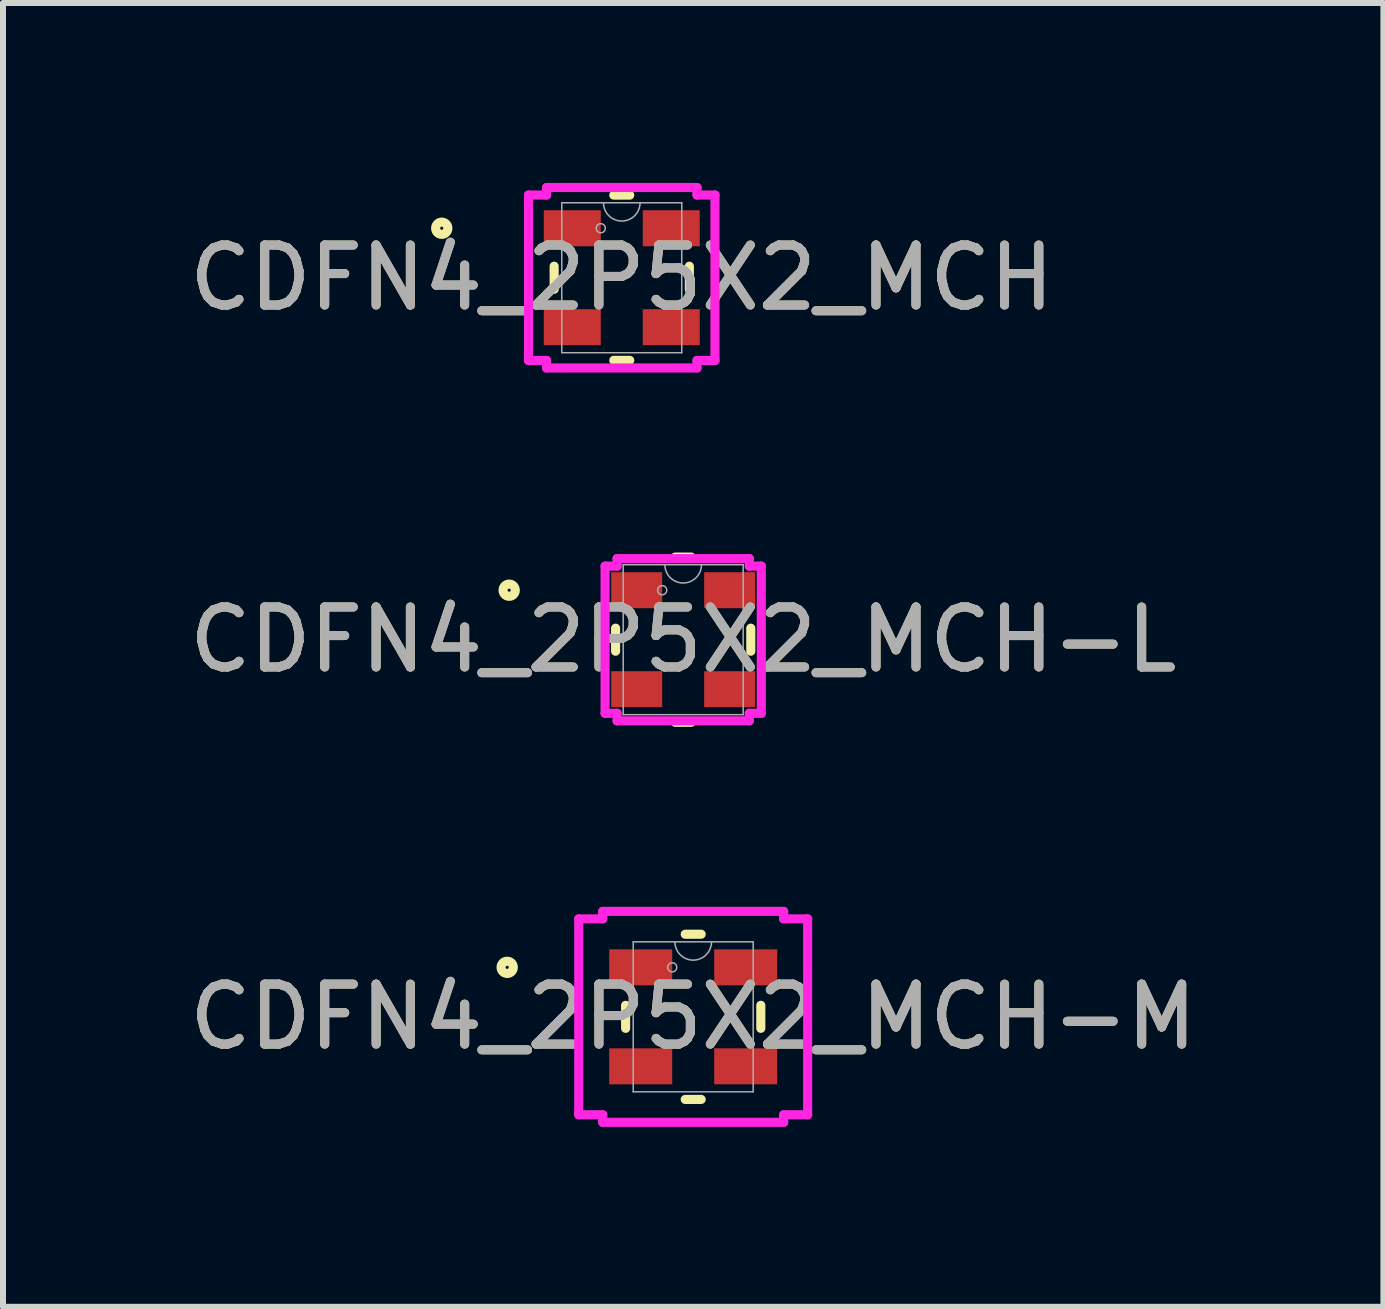
<source format=kicad_pcb>
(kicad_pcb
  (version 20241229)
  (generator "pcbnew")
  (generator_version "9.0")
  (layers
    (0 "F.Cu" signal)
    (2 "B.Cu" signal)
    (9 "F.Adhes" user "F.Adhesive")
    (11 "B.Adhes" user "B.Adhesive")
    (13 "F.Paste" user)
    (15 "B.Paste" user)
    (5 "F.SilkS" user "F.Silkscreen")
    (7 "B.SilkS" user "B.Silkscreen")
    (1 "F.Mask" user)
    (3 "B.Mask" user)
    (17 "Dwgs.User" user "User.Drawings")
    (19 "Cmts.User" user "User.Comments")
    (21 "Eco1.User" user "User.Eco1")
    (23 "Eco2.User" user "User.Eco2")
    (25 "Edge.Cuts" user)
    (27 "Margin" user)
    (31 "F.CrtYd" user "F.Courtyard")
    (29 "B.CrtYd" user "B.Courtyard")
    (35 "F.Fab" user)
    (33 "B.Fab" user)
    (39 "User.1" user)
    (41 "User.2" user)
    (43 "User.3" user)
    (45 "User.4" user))
  (footprint "CDFN4_2P5X2_MCH-L"
    (layer "F.Cu")
    (at 8.339 7.614)
    (property "Reference" "CDFN4_2P5X2_MCH-L" (at 0 0 0) (unlocked yes) (layer "F.SilkS") (effects (font (size 1 1) (thickness 0.15))))
    (attr smd)
    (fp_line (start -1.127 -0.192) (end -1.127 0.192) (stroke (width 0.152) (type solid)) (layer "F.SilkS"))
    (fp_line (start -0.133 1.377) (end 0.133 1.377) (stroke (width 0.152) (type solid)) (layer "F.SilkS"))
    (fp_line (start 0.133 -1.377) (end -0.133 -1.377) (stroke (width 0.152) (type solid)) (layer "F.SilkS"))
    (fp_line (start 1.127 0.192) (end 1.127 -0.192) (stroke (width 0.152) (type solid)) (layer "F.SilkS"))
    (fp_circle (center -2.901 -0.825) (end -2.799 -0.825) (stroke (width 0.152) (type solid)) (fill no) (layer "F.SilkS"))
    (fp_line (start -1.302 -1.227) (end -1.102 -1.227) (stroke (width 0.152) (type solid)) (layer "F.CrtYd"))
    (fp_line (start -1.302 1.227) (end -1.302 -1.227) (stroke (width 0.152) (type solid)) (layer "F.CrtYd"))
    (fp_line (start -1.302 1.227) (end -1.102 1.227) (stroke (width 0.152) (type solid)) (layer "F.CrtYd"))
    (fp_line (start -1.102 -1.352) (end 1.102 -1.352) (stroke (width 0.152) (type solid)) (layer "F.CrtYd"))
    (fp_line (start -1.102 -1.227) (end -1.102 -1.352) (stroke (width 0.152) (type solid)) (layer "F.CrtYd"))
    (fp_line (start -1.102 1.352) (end -1.102 1.227) (stroke (width 0.152) (type solid)) (layer "F.CrtYd"))
    (fp_line (start 1.102 -1.352) (end 1.102 -1.227) (stroke (width 0.152) (type solid)) (layer "F.CrtYd"))
    (fp_line (start 1.102 1.227) (end 1.102 1.352) (stroke (width 0.152) (type solid)) (layer "F.CrtYd"))
    (fp_line (start 1.102 1.352) (end -1.102 1.352) (stroke (width 0.152) (type solid)) (layer "F.CrtYd"))
    (fp_line (start 1.302 -1.227) (end 1.102 -1.227) (stroke (width 0.152) (type solid)) (layer "F.CrtYd"))
    (fp_line (start 1.302 -1.227) (end 1.302 1.227) (stroke (width 0.152) (type solid)) (layer "F.CrtYd"))
    (fp_line (start 1.302 1.227) (end 1.102 1.227) (stroke (width 0.152) (type solid)) (layer "F.CrtYd"))
    (fp_line (start -1 -1.25) (end -1 1.25) (stroke (width 0.025) (type solid)) (layer "F.Fab"))
    (fp_line (start -1 1.25) (end 1 1.25) (stroke (width 0.025) (type solid)) (layer "F.Fab"))
    (fp_line (start 1 -1.25) (end -1 -1.25) (stroke (width 0.025) (type solid)) (layer "F.Fab"))
    (fp_line (start 1 1.25) (end 1 -1.25) (stroke (width 0.025) (type solid)) (layer "F.Fab"))
    (fp_arc (start 0.3048 -1.25) (mid 0 -0.9452) (end -0.3048 -1.25) (stroke (width 0.0254) (type solid)) (layer "F.Fab"))
    (fp_circle (center -0.35 -0.825) (end -0.274 -0.825) (stroke (width 0.025) (type solid)) (fill no) (layer "F.Fab"))
    (fp_text user "${REFERENCE}" (at 0 0 0) (unlocked yes) (layer "F.Fab") (effects (font (size 1 1) (thickness 0.15))))
    (pad "1" smd rect (at -0.775 -0.825) (size 0.85 0.6) (layers "F.Cu" "F.Mask" "F.Paste"))
    (pad "2" smd rect (at -0.775 0.825) (size 0.85 0.6) (layers "F.Cu" "F.Mask" "F.Paste"))
    (pad "3" smd rect (at 0.775 0.825) (size 0.85 0.6) (layers "F.Cu" "F.Mask" "F.Paste"))
    (pad "4" smd rect (at 0.775 -0.825) (size 0.85 0.6) (layers "F.Cu" "F.Mask" "F.Paste")))
  (footprint "CDFN4_2P5X2_MCH-M"
    (layer "F.Cu")
    (at 8.506 13.901)
    (property "Reference" "CDFN4_2P5X2_MCH-M" (at 0 0 0) (unlocked yes) (layer "F.SilkS") (effects (font (size 1 1) (thickness 0.15))))
    (attr smd)
    (fp_line (start -1.127 -0.192) (end -1.127 0.192) (stroke (width 0.152) (type solid)) (layer "F.SilkS"))
    (fp_line (start -0.133 1.377) (end 0.133 1.377) (stroke (width 0.152) (type solid)) (layer "F.SilkS"))
    (fp_line (start 0.133 -1.377) (end -0.133 -1.377) (stroke (width 0.152) (type solid)) (layer "F.SilkS"))
    (fp_line (start 1.127 0.192) (end 1.127 -0.192) (stroke (width 0.152) (type solid)) (layer "F.SilkS"))
    (fp_circle (center -3.101 -0.825) (end -2.999 -0.825) (stroke (width 0.152) (type solid)) (fill no) (layer "F.SilkS"))
    (fp_line (start -1.908 -1.633) (end -1.508 -1.633) (stroke (width 0.152) (type solid)) (layer "F.CrtYd"))
    (fp_line (start -1.908 1.633) (end -1.908 -1.633) (stroke (width 0.152) (type solid)) (layer "F.CrtYd"))
    (fp_line (start -1.908 1.633) (end -1.508 1.633) (stroke (width 0.152) (type solid)) (layer "F.CrtYd"))
    (fp_line (start -1.508 -1.758) (end 1.508 -1.758) (stroke (width 0.152) (type solid)) (layer "F.CrtYd"))
    (fp_line (start -1.508 -1.633) (end -1.508 -1.758) (stroke (width 0.152) (type solid)) (layer "F.CrtYd"))
    (fp_line (start -1.508 1.758) (end -1.508 1.633) (stroke (width 0.152) (type solid)) (layer "F.CrtYd"))
    (fp_line (start 1.508 -1.758) (end 1.508 -1.633) (stroke (width 0.152) (type solid)) (layer "F.CrtYd"))
    (fp_line (start 1.508 1.633) (end 1.508 1.758) (stroke (width 0.152) (type solid)) (layer "F.CrtYd"))
    (fp_line (start 1.508 1.758) (end -1.508 1.758) (stroke (width 0.152) (type solid)) (layer "F.CrtYd"))
    (fp_line (start 1.908 -1.633) (end 1.508 -1.633) (stroke (width 0.152) (type solid)) (layer "F.CrtYd"))
    (fp_line (start 1.908 -1.633) (end 1.908 1.633) (stroke (width 0.152) (type solid)) (layer "F.CrtYd"))
    (fp_line (start 1.908 1.633) (end 1.508 1.633) (stroke (width 0.152) (type solid)) (layer "F.CrtYd"))
    (fp_line (start -1 -1.25) (end -1 1.25) (stroke (width 0.025) (type solid)) (layer "F.Fab"))
    (fp_line (start -1 1.25) (end 1 1.25) (stroke (width 0.025) (type solid)) (layer "F.Fab"))
    (fp_line (start 1 -1.25) (end -1 -1.25) (stroke (width 0.025) (type solid)) (layer "F.Fab"))
    (fp_line (start 1 1.25) (end 1 -1.25) (stroke (width 0.025) (type solid)) (layer "F.Fab"))
    (fp_arc (start 0.3048 -1.25) (mid 0 -0.9452) (end -0.3048 -1.25) (stroke (width 0.0254) (type solid)) (layer "F.Fab"))
    (fp_circle (center -0.35 -0.825) (end -0.274 -0.825) (stroke (width 0.025) (type solid)) (fill no) (layer "F.Fab"))
    (fp_text user "${REFERENCE}" (at 0 0 0) (unlocked yes) (layer "F.Fab") (effects (font (size 1 1) (thickness 0.15))))
    (pad "1" smd rect (at -0.875 -0.825) (size 1.05 0.6) (layers "F.Cu" "F.Mask" "F.Paste"))
    (pad "2" smd rect (at -0.875 0.825) (size 1.05 0.6) (layers "F.Cu" "F.Mask" "F.Paste"))
    (pad "3" smd rect (at 0.875 0.825) (size 1.05 0.6) (layers "F.Cu" "F.Mask" "F.Paste"))
    (pad "4" smd rect (at 0.875 -0.825) (size 1.05 0.6) (layers "F.Cu" "F.Mask" "F.Paste")))
  (footprint "CDFN4_2P5X2_MCH"
    (layer "F.Cu")
    (at 7.315 1.58)
    (property "Reference" "CDFN4_2P5X2_MCH" (at 0 0 0) (unlocked yes) (layer "F.SilkS") (effects (font (size 1 1) (thickness 0.15))))
    (attr smd)
    (fp_line (start -1.127 -0.192) (end -1.127 0.192) (stroke (width 0.152) (type solid)) (layer "F.SilkS"))
    (fp_line (start -0.133 1.377) (end 0.133 1.377) (stroke (width 0.152) (type solid)) (layer "F.SilkS"))
    (fp_line (start 0.133 -1.377) (end -0.133 -1.377) (stroke (width 0.152) (type solid)) (layer "F.SilkS"))
    (fp_line (start 1.127 0.192) (end 1.127 -0.192) (stroke (width 0.152) (type solid)) (layer "F.SilkS"))
    (fp_circle (center -3.001 -0.825) (end -2.899 -0.825) (stroke (width 0.152) (type solid)) (fill no) (layer "F.SilkS"))
    (fp_line (start -1.554 -1.379) (end -1.254 -1.379) (stroke (width 0.152) (type solid)) (layer "F.CrtYd"))
    (fp_line (start -1.554 1.379) (end -1.554 -1.379) (stroke (width 0.152) (type solid)) (layer "F.CrtYd"))
    (fp_line (start -1.554 1.379) (end -1.254 1.379) (stroke (width 0.152) (type solid)) (layer "F.CrtYd"))
    (fp_line (start -1.254 -1.504) (end 1.254 -1.504) (stroke (width 0.152) (type solid)) (layer "F.CrtYd"))
    (fp_line (start -1.254 -1.379) (end -1.254 -1.504) (stroke (width 0.152) (type solid)) (layer "F.CrtYd"))
    (fp_line (start -1.254 1.504) (end -1.254 1.379) (stroke (width 0.152) (type solid)) (layer "F.CrtYd"))
    (fp_line (start 1.254 -1.504) (end 1.254 -1.379) (stroke (width 0.152) (type solid)) (layer "F.CrtYd"))
    (fp_line (start 1.254 1.379) (end 1.254 1.504) (stroke (width 0.152) (type solid)) (layer "F.CrtYd"))
    (fp_line (start 1.254 1.504) (end -1.254 1.504) (stroke (width 0.152) (type solid)) (layer "F.CrtYd"))
    (fp_line (start 1.554 -1.379) (end 1.254 -1.379) (stroke (width 0.152) (type solid)) (layer "F.CrtYd"))
    (fp_line (start 1.554 -1.379) (end 1.554 1.379) (stroke (width 0.152) (type solid)) (layer "F.CrtYd"))
    (fp_line (start 1.554 1.379) (end 1.254 1.379) (stroke (width 0.152) (type solid)) (layer "F.CrtYd"))
    (fp_line (start -1 -1.25) (end -1 1.25) (stroke (width 0.025) (type solid)) (layer "F.Fab"))
    (fp_line (start -1 1.25) (end 1 1.25) (stroke (width 0.025) (type solid)) (layer "F.Fab"))
    (fp_line (start 1 -1.25) (end -1 -1.25) (stroke (width 0.025) (type solid)) (layer "F.Fab"))
    (fp_line (start 1 1.25) (end 1 -1.25) (stroke (width 0.025) (type solid)) (layer "F.Fab"))
    (fp_arc (start 0.3048 -1.25) (mid 0 -0.9452) (end -0.3048 -1.25) (stroke (width 0.0254) (type solid)) (layer "F.Fab"))
    (fp_circle (center -0.35 -0.825) (end -0.274 -0.825) (stroke (width 0.025) (type solid)) (fill no) (layer "F.Fab"))
    (fp_text user "${REFERENCE}" (at 0 0 0) (unlocked yes) (layer "F.Fab") (effects (font (size 1 1) (thickness 0.15))))
    (pad "1" smd rect (at -0.825 -0.825) (size 0.95 0.6) (layers "F.Cu" "F.Mask" "F.Paste"))
    (pad "2" smd rect (at -0.825 0.825) (size 0.95 0.6) (layers "F.Cu" "F.Mask" "F.Paste"))
    (pad "3" smd rect (at 0.825 0.825) (size 0.95 0.6) (layers "F.Cu" "F.Mask" "F.Paste"))
    (pad "4" smd rect (at 0.825 -0.825) (size 0.95 0.6) (layers "F.Cu" "F.Mask" "F.Paste")))
  (gr_rect
    (start -3 -3)
    (end 20.012 18.735)
    (stroke (width 0.1) (type default))
    (fill no)
    (layer "Edge.Cuts")))
</source>
